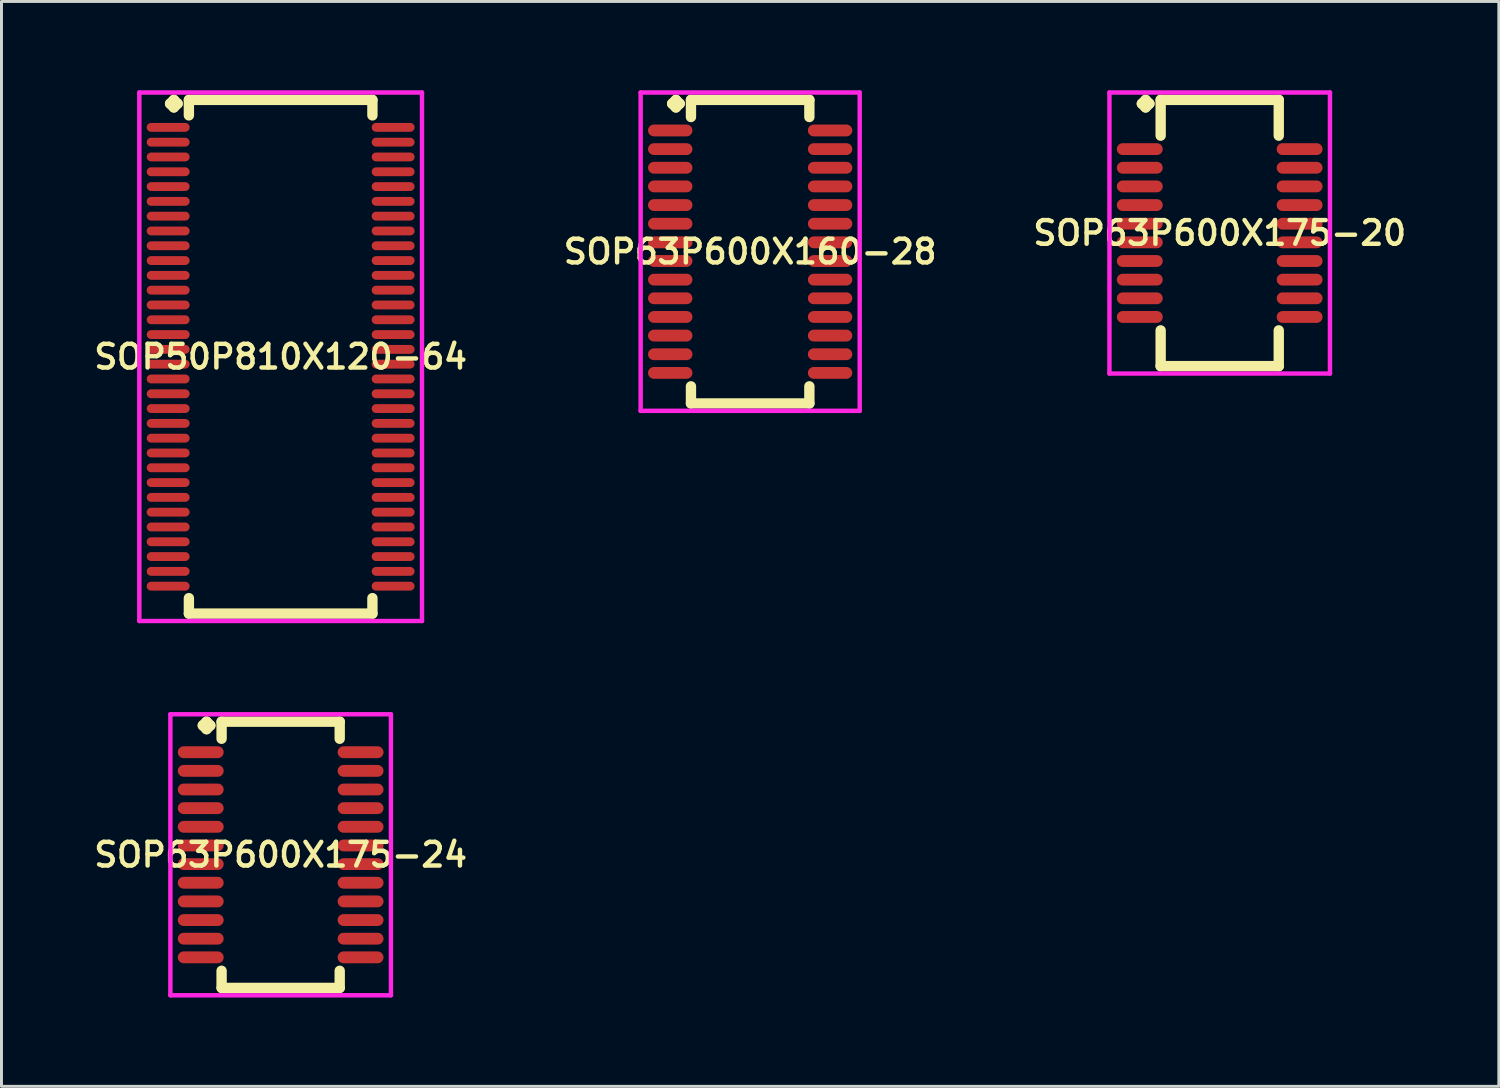
<source format=kicad_pcb>
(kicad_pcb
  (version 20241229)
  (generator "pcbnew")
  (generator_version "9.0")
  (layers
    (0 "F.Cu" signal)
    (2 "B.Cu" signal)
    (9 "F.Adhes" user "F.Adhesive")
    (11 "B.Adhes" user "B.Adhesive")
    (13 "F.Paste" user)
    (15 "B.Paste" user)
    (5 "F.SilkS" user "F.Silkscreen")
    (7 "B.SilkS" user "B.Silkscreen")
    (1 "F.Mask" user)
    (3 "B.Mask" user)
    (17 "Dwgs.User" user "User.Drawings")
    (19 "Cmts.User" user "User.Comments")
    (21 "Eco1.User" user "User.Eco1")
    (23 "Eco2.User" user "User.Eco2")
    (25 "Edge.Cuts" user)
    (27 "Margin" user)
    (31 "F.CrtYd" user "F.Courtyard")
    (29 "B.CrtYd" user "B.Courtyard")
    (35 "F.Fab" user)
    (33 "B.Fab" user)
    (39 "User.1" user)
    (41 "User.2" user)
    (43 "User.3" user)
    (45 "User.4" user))
  (footprint "SOP63P600X160-28"
    (layer "F.Cu")
    (at 22.292 5.452)
    (property "Reference" "SOP63P600X160-28" (at 0 0 0) (layer "F.SilkS") (effects (font (size 0.8 0.8) (thickness 0.15))))
    (attr smd)
    (fp_line (start -2.635 -5) (end -2.508 -5.127) (stroke (width 0.35) (type solid)) (layer "F.SilkS"))
    (fp_line (start -2.508 -5.127) (end -2.381 -5) (stroke (width 0.35) (type solid)) (layer "F.SilkS"))
    (fp_line (start -2.508 -4.873) (end -2.635 -5) (stroke (width 0.35) (type solid)) (layer "F.SilkS"))
    (fp_line (start -2.381 -5) (end -2.508 -4.873) (stroke (width 0.35) (type solid)) (layer "F.SilkS"))
    (fp_line (start -2 -5.127) (end 2 -5.127) (stroke (width 0.35) (type solid)) (layer "F.SilkS"))
    (fp_line (start -2 -4.549) (end -2 -5.127) (stroke (width 0.35) (type solid)) (layer "F.SilkS"))
    (fp_line (start -2 4.549) (end -2 5.127) (stroke (width 0.35) (type solid)) (layer "F.SilkS"))
    (fp_line (start -2 5.127) (end 2 5.127) (stroke (width 0.35) (type solid)) (layer "F.SilkS"))
    (fp_line (start 2 -5.127) (end 2 -4.549) (stroke (width 0.35) (type solid)) (layer "F.SilkS"))
    (fp_line (start 2 5.127) (end 2 4.549) (stroke (width 0.35) (type solid)) (layer "F.SilkS"))
    (fp_line (start -3.7 -5.377) (end 3.7 -5.377) (stroke (width 0.15) (type solid)) (layer "F.CrtYd"))
    (fp_line (start -3.7 5.377) (end -3.7 -5.377) (stroke (width 0.15) (type solid)) (layer "F.CrtYd"))
    (fp_line (start 3.7 -5.377) (end 3.7 5.377) (stroke (width 0.15) (type solid)) (layer "F.CrtYd"))
    (fp_line (start 3.7 5.377) (end -3.7 5.377) (stroke (width 0.15) (type solid)) (layer "F.CrtYd"))
    (pad "1" smd oval (at -2.7 -4.095) (size 1.5 0.4) (layers "F.Cu" "F.Mask" "F.Paste"))
    (pad "2" smd oval (at -2.7 -3.465) (size 1.5 0.4) (layers "F.Cu" "F.Mask" "F.Paste"))
    (pad "3" smd oval (at -2.7 -2.835) (size 1.5 0.4) (layers "F.Cu" "F.Mask" "F.Paste"))
    (pad "4" smd oval (at -2.7 -2.205) (size 1.5 0.4) (layers "F.Cu" "F.Mask" "F.Paste"))
    (pad "5" smd oval (at -2.7 -1.575) (size 1.5 0.4) (layers "F.Cu" "F.Mask" "F.Paste"))
    (pad "6" smd oval (at -2.7 -0.945) (size 1.5 0.4) (layers "F.Cu" "F.Mask" "F.Paste"))
    (pad "7" smd oval (at -2.7 -0.315) (size 1.5 0.4) (layers "F.Cu" "F.Mask" "F.Paste"))
    (pad "8" smd oval (at -2.7 0.315) (size 1.5 0.4) (layers "F.Cu" "F.Mask" "F.Paste"))
    (pad "9" smd oval (at -2.7 0.945) (size 1.5 0.4) (layers "F.Cu" "F.Mask" "F.Paste"))
    (pad "10" smd oval (at -2.7 1.575) (size 1.5 0.4) (layers "F.Cu" "F.Mask" "F.Paste"))
    (pad "11" smd oval (at -2.7 2.205) (size 1.5 0.4) (layers "F.Cu" "F.Mask" "F.Paste"))
    (pad "12" smd oval (at -2.7 2.835) (size 1.5 0.4) (layers "F.Cu" "F.Mask" "F.Paste"))
    (pad "13" smd oval (at -2.7 3.465) (size 1.5 0.4) (layers "F.Cu" "F.Mask" "F.Paste"))
    (pad "14" smd oval (at -2.7 4.095) (size 1.5 0.4) (layers "F.Cu" "F.Mask" "F.Paste"))
    (pad "15" smd oval (at 2.7 4.095) (size 1.5 0.4) (layers "F.Cu" "F.Mask" "F.Paste"))
    (pad "16" smd oval (at 2.7 3.465) (size 1.5 0.4) (layers "F.Cu" "F.Mask" "F.Paste"))
    (pad "17" smd oval (at 2.7 2.835) (size 1.5 0.4) (layers "F.Cu" "F.Mask" "F.Paste"))
    (pad "18" smd oval (at 2.7 2.205) (size 1.5 0.4) (layers "F.Cu" "F.Mask" "F.Paste"))
    (pad "19" smd oval (at 2.7 1.575) (size 1.5 0.4) (layers "F.Cu" "F.Mask" "F.Paste"))
    (pad "20" smd oval (at 2.7 0.945) (size 1.5 0.4) (layers "F.Cu" "F.Mask" "F.Paste"))
    (pad "21" smd oval (at 2.7 0.315) (size 1.5 0.4) (layers "F.Cu" "F.Mask" "F.Paste"))
    (pad "22" smd oval (at 2.7 -0.315) (size 1.5 0.4) (layers "F.Cu" "F.Mask" "F.Paste"))
    (pad "23" smd oval (at 2.7 -0.945) (size 1.5 0.4) (layers "F.Cu" "F.Mask" "F.Paste"))
    (pad "24" smd oval (at 2.7 -1.575) (size 1.5 0.4) (layers "F.Cu" "F.Mask" "F.Paste"))
    (pad "25" smd oval (at 2.7 -2.205) (size 1.5 0.4) (layers "F.Cu" "F.Mask" "F.Paste"))
    (pad "26" smd oval (at 2.7 -2.835) (size 1.5 0.4) (layers "F.Cu" "F.Mask" "F.Paste"))
    (pad "27" smd oval (at 2.7 -3.465) (size 1.5 0.4) (layers "F.Cu" "F.Mask" "F.Paste"))
    (pad "28" smd oval (at 2.7 -4.095) (size 1.5 0.4) (layers "F.Cu" "F.Mask" "F.Paste")))
  (footprint "SOP50P810X120-64"
    (layer "F.Cu")
    (at 6.431 9.002)
    (property "Reference" "SOP50P810X120-64" (at 0 0 0) (layer "F.SilkS") (effects (font (size 0.8 0.8) (thickness 0.15))))
    (attr smd)
    (fp_line (start -3.735 -8.55) (end -3.608 -8.677) (stroke (width 0.35) (type solid)) (layer "F.SilkS"))
    (fp_line (start -3.608 -8.677) (end -3.481 -8.55) (stroke (width 0.35) (type solid)) (layer "F.SilkS"))
    (fp_line (start -3.608 -8.423) (end -3.735 -8.55) (stroke (width 0.35) (type solid)) (layer "F.SilkS"))
    (fp_line (start -3.481 -8.55) (end -3.608 -8.423) (stroke (width 0.35) (type solid)) (layer "F.SilkS"))
    (fp_line (start -3.1 -8.677) (end 3.1 -8.677) (stroke (width 0.35) (type solid)) (layer "F.SilkS"))
    (fp_line (start -3.1 -8.154) (end -3.1 -8.677) (stroke (width 0.35) (type solid)) (layer "F.SilkS"))
    (fp_line (start -3.1 8.154) (end -3.1 8.677) (stroke (width 0.35) (type solid)) (layer "F.SilkS"))
    (fp_line (start -3.1 8.677) (end 3.1 8.677) (stroke (width 0.35) (type solid)) (layer "F.SilkS"))
    (fp_line (start 3.1 -8.677) (end 3.1 -8.154) (stroke (width 0.35) (type solid)) (layer "F.SilkS"))
    (fp_line (start 3.1 8.677) (end 3.1 8.154) (stroke (width 0.35) (type solid)) (layer "F.SilkS"))
    (fp_line (start -4.775 -8.927) (end 4.775 -8.927) (stroke (width 0.15) (type solid)) (layer "F.CrtYd"))
    (fp_line (start -4.775 8.927) (end -4.775 -8.927) (stroke (width 0.15) (type solid)) (layer "F.CrtYd"))
    (fp_line (start 4.775 -8.927) (end 4.775 8.927) (stroke (width 0.15) (type solid)) (layer "F.CrtYd"))
    (fp_line (start 4.775 8.927) (end -4.775 8.927) (stroke (width 0.15) (type solid)) (layer "F.CrtYd"))
    (pad "1" smd oval (at -3.8 -7.75) (size 1.45 0.3) (layers "F.Cu" "F.Mask" "F.Paste"))
    (pad "2" smd oval (at -3.8 -7.25) (size 1.45 0.3) (layers "F.Cu" "F.Mask" "F.Paste"))
    (pad "3" smd oval (at -3.8 -6.75) (size 1.45 0.3) (layers "F.Cu" "F.Mask" "F.Paste"))
    (pad "4" smd oval (at -3.8 -6.25) (size 1.45 0.3) (layers "F.Cu" "F.Mask" "F.Paste"))
    (pad "5" smd oval (at -3.8 -5.75) (size 1.45 0.3) (layers "F.Cu" "F.Mask" "F.Paste"))
    (pad "6" smd oval (at -3.8 -5.25) (size 1.45 0.3) (layers "F.Cu" "F.Mask" "F.Paste"))
    (pad "7" smd oval (at -3.8 -4.75) (size 1.45 0.3) (layers "F.Cu" "F.Mask" "F.Paste"))
    (pad "8" smd oval (at -3.8 -4.25) (size 1.45 0.3) (layers "F.Cu" "F.Mask" "F.Paste"))
    (pad "9" smd oval (at -3.8 -3.75) (size 1.45 0.3) (layers "F.Cu" "F.Mask" "F.Paste"))
    (pad "10" smd oval (at -3.8 -3.25) (size 1.45 0.3) (layers "F.Cu" "F.Mask" "F.Paste"))
    (pad "11" smd oval (at -3.8 -2.75) (size 1.45 0.3) (layers "F.Cu" "F.Mask" "F.Paste"))
    (pad "12" smd oval (at -3.8 -2.25) (size 1.45 0.3) (layers "F.Cu" "F.Mask" "F.Paste"))
    (pad "13" smd oval (at -3.8 -1.75) (size 1.45 0.3) (layers "F.Cu" "F.Mask" "F.Paste"))
    (pad "14" smd oval (at -3.8 -1.25) (size 1.45 0.3) (layers "F.Cu" "F.Mask" "F.Paste"))
    (pad "15" smd oval (at -3.8 -0.75) (size 1.45 0.3) (layers "F.Cu" "F.Mask" "F.Paste"))
    (pad "16" smd oval (at -3.8 -0.25) (size 1.45 0.3) (layers "F.Cu" "F.Mask" "F.Paste"))
    (pad "17" smd oval (at -3.8 0.25) (size 1.45 0.3) (layers "F.Cu" "F.Mask" "F.Paste"))
    (pad "18" smd oval (at -3.8 0.75) (size 1.45 0.3) (layers "F.Cu" "F.Mask" "F.Paste"))
    (pad "19" smd oval (at -3.8 1.25) (size 1.45 0.3) (layers "F.Cu" "F.Mask" "F.Paste"))
    (pad "20" smd oval (at -3.8 1.75) (size 1.45 0.3) (layers "F.Cu" "F.Mask" "F.Paste"))
    (pad "21" smd oval (at -3.8 2.25) (size 1.45 0.3) (layers "F.Cu" "F.Mask" "F.Paste"))
    (pad "22" smd oval (at -3.8 2.75) (size 1.45 0.3) (layers "F.Cu" "F.Mask" "F.Paste"))
    (pad "23" smd oval (at -3.8 3.25) (size 1.45 0.3) (layers "F.Cu" "F.Mask" "F.Paste"))
    (pad "24" smd oval (at -3.8 3.75) (size 1.45 0.3) (layers "F.Cu" "F.Mask" "F.Paste"))
    (pad "25" smd oval (at -3.8 4.25) (size 1.45 0.3) (layers "F.Cu" "F.Mask" "F.Paste"))
    (pad "26" smd oval (at -3.8 4.75) (size 1.45 0.3) (layers "F.Cu" "F.Mask" "F.Paste"))
    (pad "27" smd oval (at -3.8 5.25) (size 1.45 0.3) (layers "F.Cu" "F.Mask" "F.Paste"))
    (pad "28" smd oval (at -3.8 5.75) (size 1.45 0.3) (layers "F.Cu" "F.Mask" "F.Paste"))
    (pad "29" smd oval (at -3.8 6.25) (size 1.45 0.3) (layers "F.Cu" "F.Mask" "F.Paste"))
    (pad "30" smd oval (at -3.8 6.75) (size 1.45 0.3) (layers "F.Cu" "F.Mask" "F.Paste"))
    (pad "31" smd oval (at -3.8 7.25) (size 1.45 0.3) (layers "F.Cu" "F.Mask" "F.Paste"))
    (pad "32" smd oval (at -3.8 7.75) (size 1.45 0.3) (layers "F.Cu" "F.Mask" "F.Paste"))
    (pad "33" smd oval (at 3.8 7.75) (size 1.45 0.3) (layers "F.Cu" "F.Mask" "F.Paste"))
    (pad "34" smd oval (at 3.8 7.25) (size 1.45 0.3) (layers "F.Cu" "F.Mask" "F.Paste"))
    (pad "35" smd oval (at 3.8 6.75) (size 1.45 0.3) (layers "F.Cu" "F.Mask" "F.Paste"))
    (pad "36" smd oval (at 3.8 6.25) (size 1.45 0.3) (layers "F.Cu" "F.Mask" "F.Paste"))
    (pad "37" smd oval (at 3.8 5.75) (size 1.45 0.3) (layers "F.Cu" "F.Mask" "F.Paste"))
    (pad "38" smd oval (at 3.8 5.25) (size 1.45 0.3) (layers "F.Cu" "F.Mask" "F.Paste"))
    (pad "39" smd oval (at 3.8 4.75) (size 1.45 0.3) (layers "F.Cu" "F.Mask" "F.Paste"))
    (pad "40" smd oval (at 3.8 4.25) (size 1.45 0.3) (layers "F.Cu" "F.Mask" "F.Paste"))
    (pad "41" smd oval (at 3.8 3.75) (size 1.45 0.3) (layers "F.Cu" "F.Mask" "F.Paste"))
    (pad "42" smd oval (at 3.8 3.25) (size 1.45 0.3) (layers "F.Cu" "F.Mask" "F.Paste"))
    (pad "43" smd oval (at 3.8 2.75) (size 1.45 0.3) (layers "F.Cu" "F.Mask" "F.Paste"))
    (pad "44" smd oval (at 3.8 2.25) (size 1.45 0.3) (layers "F.Cu" "F.Mask" "F.Paste"))
    (pad "45" smd oval (at 3.8 1.75) (size 1.45 0.3) (layers "F.Cu" "F.Mask" "F.Paste"))
    (pad "46" smd oval (at 3.8 1.25) (size 1.45 0.3) (layers "F.Cu" "F.Mask" "F.Paste"))
    (pad "47" smd oval (at 3.8 0.75) (size 1.45 0.3) (layers "F.Cu" "F.Mask" "F.Paste"))
    (pad "48" smd oval (at 3.8 0.25) (size 1.45 0.3) (layers "F.Cu" "F.Mask" "F.Paste"))
    (pad "49" smd oval (at 3.8 -0.25) (size 1.45 0.3) (layers "F.Cu" "F.Mask" "F.Paste"))
    (pad "50" smd oval (at 3.8 -0.75) (size 1.45 0.3) (layers "F.Cu" "F.Mask" "F.Paste"))
    (pad "51" smd oval (at 3.8 -1.25) (size 1.45 0.3) (layers "F.Cu" "F.Mask" "F.Paste"))
    (pad "52" smd oval (at 3.8 -1.75) (size 1.45 0.3) (layers "F.Cu" "F.Mask" "F.Paste"))
    (pad "53" smd oval (at 3.8 -2.25) (size 1.45 0.3) (layers "F.Cu" "F.Mask" "F.Paste"))
    (pad "54" smd oval (at 3.8 -2.75) (size 1.45 0.3) (layers "F.Cu" "F.Mask" "F.Paste"))
    (pad "55" smd oval (at 3.8 -3.25) (size 1.45 0.3) (layers "F.Cu" "F.Mask" "F.Paste"))
    (pad "56" smd oval (at 3.8 -3.75) (size 1.45 0.3) (layers "F.Cu" "F.Mask" "F.Paste"))
    (pad "57" smd oval (at 3.8 -4.25) (size 1.45 0.3) (layers "F.Cu" "F.Mask" "F.Paste"))
    (pad "58" smd oval (at 3.8 -4.75) (size 1.45 0.3) (layers "F.Cu" "F.Mask" "F.Paste"))
    (pad "59" smd oval (at 3.8 -5.25) (size 1.45 0.3) (layers "F.Cu" "F.Mask" "F.Paste"))
    (pad "60" smd oval (at 3.8 -5.75) (size 1.45 0.3) (layers "F.Cu" "F.Mask" "F.Paste"))
    (pad "61" smd oval (at 3.8 -6.25) (size 1.45 0.3) (layers "F.Cu" "F.Mask" "F.Paste"))
    (pad "62" smd oval (at 3.8 -6.75) (size 1.45 0.3) (layers "F.Cu" "F.Mask" "F.Paste"))
    (pad "63" smd oval (at 3.8 -7.25) (size 1.45 0.3) (layers "F.Cu" "F.Mask" "F.Paste"))
    (pad "64" smd oval (at 3.8 -7.75) (size 1.45 0.3) (layers "F.Cu" "F.Mask" "F.Paste")))
  (footprint "SOP63P600X175-20"
    (layer "F.Cu")
    (at 38.154 4.822)
    (property "Reference" "SOP63P600X175-20" (at 0 0 0) (layer "F.SilkS") (effects (font (size 0.8 0.8) (thickness 0.15))))
    (attr smd)
    (fp_line (start -2.63 -4.37) (end -2.503 -4.497) (stroke (width 0.35) (type solid)) (layer "F.SilkS"))
    (fp_line (start -2.503 -4.497) (end -2.376 -4.37) (stroke (width 0.35) (type solid)) (layer "F.SilkS"))
    (fp_line (start -2.503 -4.243) (end -2.63 -4.37) (stroke (width 0.35) (type solid)) (layer "F.SilkS"))
    (fp_line (start -2.376 -4.37) (end -2.503 -4.243) (stroke (width 0.35) (type solid)) (layer "F.SilkS"))
    (fp_line (start -1.995 -4.497) (end 1.995 -4.497) (stroke (width 0.35) (type solid)) (layer "F.SilkS"))
    (fp_line (start -1.995 -3.289) (end -1.995 -4.497) (stroke (width 0.35) (type solid)) (layer "F.SilkS"))
    (fp_line (start -1.995 3.289) (end -1.995 4.497) (stroke (width 0.35) (type solid)) (layer "F.SilkS"))
    (fp_line (start -1.995 4.497) (end 1.995 4.497) (stroke (width 0.35) (type solid)) (layer "F.SilkS"))
    (fp_line (start 1.995 -4.497) (end 1.995 -3.289) (stroke (width 0.35) (type solid)) (layer "F.SilkS"))
    (fp_line (start 1.995 4.497) (end 1.995 3.289) (stroke (width 0.35) (type solid)) (layer "F.SilkS"))
    (fp_line (start -3.725 -4.747) (end 3.725 -4.747) (stroke (width 0.15) (type solid)) (layer "F.CrtYd"))
    (fp_line (start -3.725 4.747) (end -3.725 -4.747) (stroke (width 0.15) (type solid)) (layer "F.CrtYd"))
    (fp_line (start 3.725 -4.747) (end 3.725 4.747) (stroke (width 0.15) (type solid)) (layer "F.CrtYd"))
    (fp_line (start 3.725 4.747) (end -3.725 4.747) (stroke (width 0.15) (type solid)) (layer "F.CrtYd"))
    (pad "1" smd oval (at -2.7 -2.835) (size 1.55 0.4) (layers "F.Cu" "F.Mask" "F.Paste"))
    (pad "2" smd oval (at -2.7 -2.205) (size 1.55 0.4) (layers "F.Cu" "F.Mask" "F.Paste"))
    (pad "3" smd oval (at -2.7 -1.575) (size 1.55 0.4) (layers "F.Cu" "F.Mask" "F.Paste"))
    (pad "4" smd oval (at -2.7 -0.945) (size 1.55 0.4) (layers "F.Cu" "F.Mask" "F.Paste"))
    (pad "5" smd oval (at -2.7 -0.315) (size 1.55 0.4) (layers "F.Cu" "F.Mask" "F.Paste"))
    (pad "6" smd oval (at -2.7 0.315) (size 1.55 0.4) (layers "F.Cu" "F.Mask" "F.Paste"))
    (pad "7" smd oval (at -2.7 0.945) (size 1.55 0.4) (layers "F.Cu" "F.Mask" "F.Paste"))
    (pad "8" smd oval (at -2.7 1.575) (size 1.55 0.4) (layers "F.Cu" "F.Mask" "F.Paste"))
    (pad "9" smd oval (at -2.7 2.205) (size 1.55 0.4) (layers "F.Cu" "F.Mask" "F.Paste"))
    (pad "10" smd oval (at -2.7 2.835) (size 1.55 0.4) (layers "F.Cu" "F.Mask" "F.Paste"))
    (pad "11" smd oval (at 2.7 2.835) (size 1.55 0.4) (layers "F.Cu" "F.Mask" "F.Paste"))
    (pad "12" smd oval (at 2.7 2.205) (size 1.55 0.4) (layers "F.Cu" "F.Mask" "F.Paste"))
    (pad "13" smd oval (at 2.7 1.575) (size 1.55 0.4) (layers "F.Cu" "F.Mask" "F.Paste"))
    (pad "14" smd oval (at 2.7 0.945) (size 1.55 0.4) (layers "F.Cu" "F.Mask" "F.Paste"))
    (pad "15" smd oval (at 2.7 0.315) (size 1.55 0.4) (layers "F.Cu" "F.Mask" "F.Paste"))
    (pad "16" smd oval (at 2.7 -0.315) (size 1.55 0.4) (layers "F.Cu" "F.Mask" "F.Paste"))
    (pad "17" smd oval (at 2.7 -0.945) (size 1.55 0.4) (layers "F.Cu" "F.Mask" "F.Paste"))
    (pad "18" smd oval (at 2.7 -1.575) (size 1.55 0.4) (layers "F.Cu" "F.Mask" "F.Paste"))
    (pad "19" smd oval (at 2.7 -2.205) (size 1.55 0.4) (layers "F.Cu" "F.Mask" "F.Paste"))
    (pad "20" smd oval (at 2.7 -2.835) (size 1.55 0.4) (layers "F.Cu" "F.Mask" "F.Paste")))
  (footprint "SOP63P600X175-24"
    (layer "F.Cu")
    (at 6.431 25.826)
    (property "Reference" "SOP63P600X175-24" (at 0 0 0) (layer "F.SilkS") (effects (font (size 0.8 0.8) (thickness 0.15))))
    (attr smd)
    (fp_line (start -2.63 -4.37) (end -2.503 -4.497) (stroke (width 0.35) (type solid)) (layer "F.SilkS"))
    (fp_line (start -2.503 -4.497) (end -2.376 -4.37) (stroke (width 0.35) (type solid)) (layer "F.SilkS"))
    (fp_line (start -2.503 -4.243) (end -2.63 -4.37) (stroke (width 0.35) (type solid)) (layer "F.SilkS"))
    (fp_line (start -2.376 -4.37) (end -2.503 -4.243) (stroke (width 0.35) (type solid)) (layer "F.SilkS"))
    (fp_line (start -1.995 -4.497) (end 1.995 -4.497) (stroke (width 0.35) (type solid)) (layer "F.SilkS"))
    (fp_line (start -1.995 -3.919) (end -1.995 -4.497) (stroke (width 0.35) (type solid)) (layer "F.SilkS"))
    (fp_line (start -1.995 3.919) (end -1.995 4.497) (stroke (width 0.35) (type solid)) (layer "F.SilkS"))
    (fp_line (start -1.995 4.497) (end 1.995 4.497) (stroke (width 0.35) (type solid)) (layer "F.SilkS"))
    (fp_line (start 1.995 -4.497) (end 1.995 -3.919) (stroke (width 0.35) (type solid)) (layer "F.SilkS"))
    (fp_line (start 1.995 4.497) (end 1.995 3.919) (stroke (width 0.35) (type solid)) (layer "F.SilkS"))
    (fp_line (start -3.725 -4.747) (end 3.725 -4.747) (stroke (width 0.15) (type solid)) (layer "F.CrtYd"))
    (fp_line (start -3.725 4.747) (end -3.725 -4.747) (stroke (width 0.15) (type solid)) (layer "F.CrtYd"))
    (fp_line (start 3.725 -4.747) (end 3.725 4.747) (stroke (width 0.15) (type solid)) (layer "F.CrtYd"))
    (fp_line (start 3.725 4.747) (end -3.725 4.747) (stroke (width 0.15) (type solid)) (layer "F.CrtYd"))
    (pad "1" smd oval (at -2.7 -3.465) (size 1.55 0.4) (layers "F.Cu" "F.Mask" "F.Paste"))
    (pad "2" smd oval (at -2.7 -2.835) (size 1.55 0.4) (layers "F.Cu" "F.Mask" "F.Paste"))
    (pad "3" smd oval (at -2.7 -2.205) (size 1.55 0.4) (layers "F.Cu" "F.Mask" "F.Paste"))
    (pad "4" smd oval (at -2.7 -1.575) (size 1.55 0.4) (layers "F.Cu" "F.Mask" "F.Paste"))
    (pad "5" smd oval (at -2.7 -0.945) (size 1.55 0.4) (layers "F.Cu" "F.Mask" "F.Paste"))
    (pad "6" smd oval (at -2.7 -0.315) (size 1.55 0.4) (layers "F.Cu" "F.Mask" "F.Paste"))
    (pad "7" smd oval (at -2.7 0.315) (size 1.55 0.4) (layers "F.Cu" "F.Mask" "F.Paste"))
    (pad "8" smd oval (at -2.7 0.945) (size 1.55 0.4) (layers "F.Cu" "F.Mask" "F.Paste"))
    (pad "9" smd oval (at -2.7 1.575) (size 1.55 0.4) (layers "F.Cu" "F.Mask" "F.Paste"))
    (pad "10" smd oval (at -2.7 2.205) (size 1.55 0.4) (layers "F.Cu" "F.Mask" "F.Paste"))
    (pad "11" smd oval (at -2.7 2.835) (size 1.55 0.4) (layers "F.Cu" "F.Mask" "F.Paste"))
    (pad "12" smd oval (at -2.7 3.465) (size 1.55 0.4) (layers "F.Cu" "F.Mask" "F.Paste"))
    (pad "13" smd oval (at 2.7 3.465) (size 1.55 0.4) (layers "F.Cu" "F.Mask" "F.Paste"))
    (pad "14" smd oval (at 2.7 2.835) (size 1.55 0.4) (layers "F.Cu" "F.Mask" "F.Paste"))
    (pad "15" smd oval (at 2.7 2.205) (size 1.55 0.4) (layers "F.Cu" "F.Mask" "F.Paste"))
    (pad "16" smd oval (at 2.7 1.575) (size 1.55 0.4) (layers "F.Cu" "F.Mask" "F.Paste"))
    (pad "17" smd oval (at 2.7 0.945) (size 1.55 0.4) (layers "F.Cu" "F.Mask" "F.Paste"))
    (pad "18" smd oval (at 2.7 0.315) (size 1.55 0.4) (layers "F.Cu" "F.Mask" "F.Paste"))
    (pad "19" smd oval (at 2.7 -0.315) (size 1.55 0.4) (layers "F.Cu" "F.Mask" "F.Paste"))
    (pad "20" smd oval (at 2.7 -0.945) (size 1.55 0.4) (layers "F.Cu" "F.Mask" "F.Paste"))
    (pad "21" smd oval (at 2.7 -1.575) (size 1.55 0.4) (layers "F.Cu" "F.Mask" "F.Paste"))
    (pad "22" smd oval (at 2.7 -2.205) (size 1.55 0.4) (layers "F.Cu" "F.Mask" "F.Paste"))
    (pad "23" smd oval (at 2.7 -2.835) (size 1.55 0.4) (layers "F.Cu" "F.Mask" "F.Paste"))
    (pad "24" smd oval (at 2.7 -3.465) (size 1.55 0.4) (layers "F.Cu" "F.Mask" "F.Paste")))
  (gr_rect
    (start -3 -3)
    (end 47.584 33.648)
    (stroke (width 0.1) (type default))
    (fill no)
    (layer "Edge.Cuts")))
</source>
